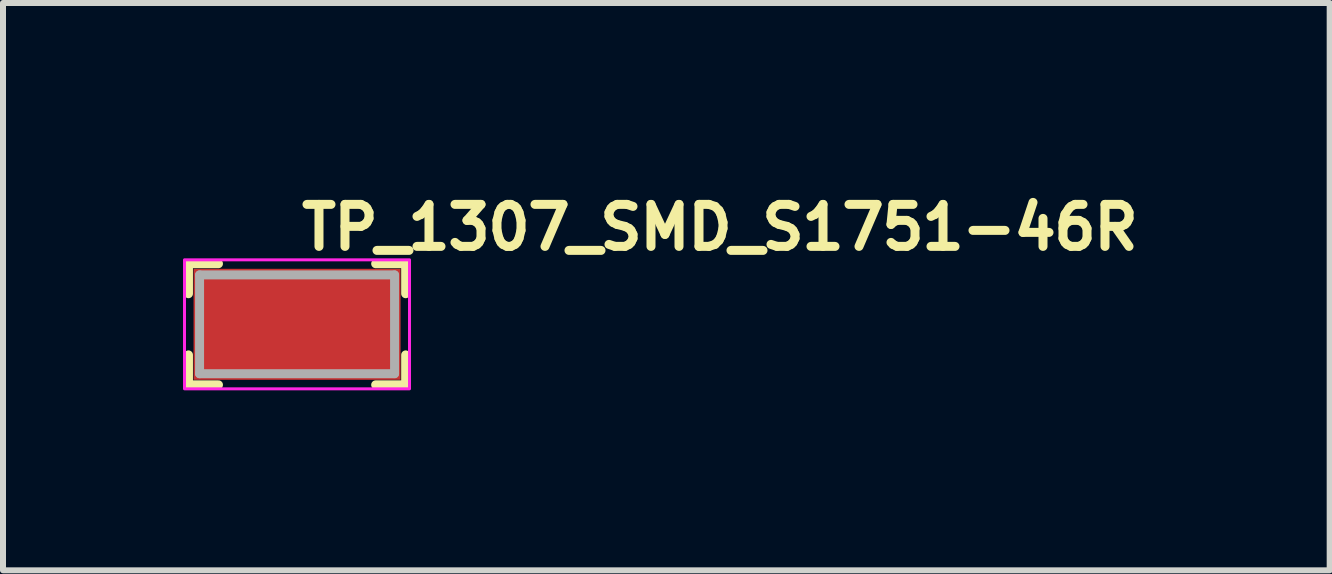
<source format=kicad_pcb>
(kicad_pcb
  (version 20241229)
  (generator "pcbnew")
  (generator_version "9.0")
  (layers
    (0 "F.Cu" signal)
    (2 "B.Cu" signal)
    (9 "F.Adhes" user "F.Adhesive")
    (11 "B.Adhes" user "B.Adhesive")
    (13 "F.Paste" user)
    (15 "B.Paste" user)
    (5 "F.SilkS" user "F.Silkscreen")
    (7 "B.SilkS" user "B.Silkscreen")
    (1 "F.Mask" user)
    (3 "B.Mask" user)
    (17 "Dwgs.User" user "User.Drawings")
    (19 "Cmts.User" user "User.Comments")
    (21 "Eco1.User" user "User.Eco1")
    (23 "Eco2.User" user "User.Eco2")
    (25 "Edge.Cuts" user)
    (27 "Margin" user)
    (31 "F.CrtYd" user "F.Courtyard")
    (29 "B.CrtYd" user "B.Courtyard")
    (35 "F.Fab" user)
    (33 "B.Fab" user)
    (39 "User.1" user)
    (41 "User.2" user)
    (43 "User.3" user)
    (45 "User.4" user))
  (footprint "TP_1307_SMD_S1751-46R"
    (layer "F.Cu")
    (at 1.905 2.35)
    (property "Reference" "TP_1307_SMD_S1751-46R" (at -0.004 -1.2 0) (layer "F.SilkS") (effects (font (size 0.7 0.7) (thickness 0.15)) (justify left bottom)))
    (attr smd)
    (fp_line (start -1.814 -1.005) (end -1.814 -0.505) (stroke (width 0.15) (type solid)) (layer "F.SilkS"))
    (fp_line (start -1.814 -1.005) (end -1.314 -1.005) (stroke (width 0.15) (type solid)) (layer "F.SilkS"))
    (fp_line (start -1.814 1.014) (end -1.814 0.515) (stroke (width 0.15) (type solid)) (layer "F.SilkS"))
    (fp_line (start -1.814 1.014) (end -1.314 1.014) (stroke (width 0.15) (type solid)) (layer "F.SilkS"))
    (fp_line (start 1.806 -1.005) (end 1.306 -1.005) (stroke (width 0.15) (type solid)) (layer "F.SilkS"))
    (fp_line (start 1.806 -1.005) (end 1.806 -0.505) (stroke (width 0.15) (type solid)) (layer "F.SilkS"))
    (fp_line (start 1.806 1.014) (end 1.306 1.014) (stroke (width 0.15) (type solid)) (layer "F.SilkS"))
    (fp_line (start 1.806 1.014) (end 1.806 0.515) (stroke (width 0.15) (type solid)) (layer "F.SilkS"))
    (fp_rect (start -1.88 -1.07) (end 1.87 1.08) (stroke (width 0.05) (type solid)) (fill no) (layer "F.CrtYd"))
    (fp_line (start -1.629 -0.818) (end 1.621 -0.818) (stroke (width 0.15) (type solid)) (layer "F.Fab"))
    (fp_line (start -1.629 0.828) (end -1.629 -0.818) (stroke (width 0.15) (type solid)) (layer "F.Fab"))
    (fp_line (start -1.629 0.828) (end 1.621 0.828) (stroke (width 0.15) (type solid)) (layer "F.Fab"))
    (fp_line (start 1.621 0.828) (end 1.621 -0.818) (stroke (width 0.15) (type solid)) (layer "F.Fab"))
    (fp_rect (start -1.624 -0.824) (end 1.625 0.824) (stroke (width 0.1) (type solid)) (fill no) (layer "User.5"))
    (fp_line (start -1.624 -0.824) (end -1.624 0.625) (stroke (width 0.02) (type solid)) (layer "User.9"))
    (fp_line (start -1.624 0.725) (end -1.624 0.625) (stroke (width 0.02) (type solid)) (layer "User.9"))
    (fp_line (start -1.624 0.824) (end -1.624 0.725) (stroke (width 0.02) (type solid)) (layer "User.9"))
    (fp_line (start -1.624 0.824) (end -1.244 0.824) (stroke (width 0.02) (type solid)) (layer "User.9"))
    (fp_line (start -1.619 -0.824) (end -1.624 -0.824) (stroke (width 0.02) (type solid)) (layer "User.9"))
    (fp_line (start -1.619 -0.824) (end -1.619 -0.824) (stroke (width 0.02) (type solid)) (layer "User.9"))
    (fp_line (start -1.619 0.625) (end -1.624 0.625) (stroke (width 0.02) (type solid)) (layer "User.9"))
    (fp_line (start -1.619 0.625) (end -1.619 0.625) (stroke (width 0.02) (type solid)) (layer "User.9"))
    (fp_line (start -1.604 -0.824) (end -1.619 -0.824) (stroke (width 0.02) (type solid)) (layer "User.9"))
    (fp_line (start -1.604 -0.824) (end -1.604 -0.824) (stroke (width 0.02) (type solid)) (layer "User.9"))
    (fp_line (start -1.604 0.625) (end -1.619 0.625) (stroke (width 0.02) (type solid)) (layer "User.9"))
    (fp_line (start -1.604 0.625) (end -1.604 0.625) (stroke (width 0.02) (type solid)) (layer "User.9"))
    (fp_line (start -1.581 -0.824) (end -1.604 -0.824) (stroke (width 0.02) (type solid)) (layer "User.9"))
    (fp_line (start -1.581 -0.824) (end -1.581 -0.824) (stroke (width 0.02) (type solid)) (layer "User.9"))
    (fp_line (start -1.581 0.625) (end -1.604 0.625) (stroke (width 0.02) (type solid)) (layer "User.9"))
    (fp_line (start -1.581 0.625) (end -1.581 0.625) (stroke (width 0.02) (type solid)) (layer "User.9"))
    (fp_line (start -1.548 -0.824) (end -1.581 -0.824) (stroke (width 0.02) (type solid)) (layer "User.9"))
    (fp_line (start -1.548 -0.824) (end -1.548 -0.824) (stroke (width 0.02) (type solid)) (layer "User.9"))
    (fp_line (start -1.548 0.625) (end -1.581 0.625) (stroke (width 0.02) (type solid)) (layer "User.9"))
    (fp_line (start -1.548 0.625) (end -1.548 0.625) (stroke (width 0.02) (type solid)) (layer "User.9"))
    (fp_line (start -1.507 -0.824) (end -1.548 -0.824) (stroke (width 0.02) (type solid)) (layer "User.9"))
    (fp_line (start -1.507 -0.824) (end -1.507 -0.824) (stroke (width 0.02) (type solid)) (layer "User.9"))
    (fp_line (start -1.507 0.625) (end -1.548 0.625) (stroke (width 0.02) (type solid)) (layer "User.9"))
    (fp_line (start -1.507 0.625) (end -1.507 0.625) (stroke (width 0.02) (type solid)) (layer "User.9"))
    (fp_line (start -1.458 -0.824) (end -1.507 -0.824) (stroke (width 0.02) (type solid)) (layer "User.9"))
    (fp_line (start -1.458 -0.824) (end -1.458 -0.824) (stroke (width 0.02) (type solid)) (layer "User.9"))
    (fp_line (start -1.458 0.625) (end -1.507 0.625) (stroke (width 0.02) (type solid)) (layer "User.9"))
    (fp_line (start -1.458 0.625) (end -1.458 0.625) (stroke (width 0.02) (type solid)) (layer "User.9"))
    (fp_line (start -1.401 -0.824) (end -1.458 -0.824) (stroke (width 0.02) (type solid)) (layer "User.9"))
    (fp_line (start -1.401 -0.824) (end -1.401 -0.824) (stroke (width 0.02) (type solid)) (layer "User.9"))
    (fp_line (start -1.401 0.625) (end -1.458 0.625) (stroke (width 0.02) (type solid)) (layer "User.9"))
    (fp_line (start -1.401 0.625) (end -1.401 0.625) (stroke (width 0.02) (type solid)) (layer "User.9"))
    (fp_line (start -1.244 0.625) (end -1.244 0.725) (stroke (width 0.02) (type solid)) (layer "User.9"))
    (fp_line (start -1.244 0.725) (end -1.244 0.824) (stroke (width 0.02) (type solid)) (layer "User.9"))
    (fp_line (start -1.244 0.824) (end -1.624 0.824) (stroke (width 0.02) (type solid)) (layer "User.9"))
    (fp_line (start -1.244 0.824) (end -1.132 0.824) (stroke (width 0.02) (type solid)) (layer "User.9"))
    (fp_line (start -1.132 0.824) (end -1.132 0.824) (stroke (width 0.02) (type solid)) (layer "User.9"))
    (fp_line (start -1.132 0.824) (end -0.864 0.824) (stroke (width 0.02) (type solid)) (layer "User.9"))
    (fp_line (start -0.864 -0.824) (end -1.401 -0.824) (stroke (width 0.02) (type solid)) (layer "User.9"))
    (fp_line (start -0.864 0.625) (end -1.401 0.625) (stroke (width 0.02) (type solid)) (layer "User.9"))
    (fp_line (start -0.864 0.625) (end -0.604 0.625) (stroke (width 0.02) (type solid)) (layer "User.9"))
    (fp_line (start -0.864 0.824) (end -0.504 0.824) (stroke (width 0.02) (type solid)) (layer "User.9"))
    (fp_line (start -0.599 0.625) (end -0.604 0.625) (stroke (width 0.02) (type solid)) (layer "User.9"))
    (fp_line (start -0.594 0.625) (end -0.599 0.625) (stroke (width 0.02) (type solid)) (layer "User.9"))
    (fp_line (start -0.589 0.626) (end -0.594 0.625) (stroke (width 0.02) (type solid)) (layer "User.9"))
    (fp_line (start -0.584 0.626) (end -0.589 0.626) (stroke (width 0.02) (type solid)) (layer "User.9"))
    (fp_line (start -0.579 0.628) (end -0.584 0.626) (stroke (width 0.02) (type solid)) (layer "User.9"))
    (fp_line (start -0.574 0.629) (end -0.579 0.628) (stroke (width 0.02) (type solid)) (layer "User.9"))
    (fp_line (start -0.57 0.63) (end -0.574 0.629) (stroke (width 0.02) (type solid)) (layer "User.9"))
    (fp_line (start -0.565 0.632) (end -0.57 0.63) (stroke (width 0.02) (type solid)) (layer "User.9"))
    (fp_line (start -0.561 0.634) (end -0.565 0.632) (stroke (width 0.02) (type solid)) (layer "User.9"))
    (fp_line (start -0.556 0.636) (end -0.561 0.634) (stroke (width 0.02) (type solid)) (layer "User.9"))
    (fp_line (start -0.552 0.639) (end -0.556 0.636) (stroke (width 0.02) (type solid)) (layer "User.9"))
    (fp_line (start -0.548 0.641) (end -0.552 0.639) (stroke (width 0.02) (type solid)) (layer "User.9"))
    (fp_line (start -0.544 0.644) (end -0.548 0.641) (stroke (width 0.02) (type solid)) (layer "User.9"))
    (fp_line (start -0.54 0.647) (end -0.544 0.644) (stroke (width 0.02) (type solid)) (layer "User.9"))
    (fp_line (start -0.536 0.65) (end -0.54 0.647) (stroke (width 0.02) (type solid)) (layer "User.9"))
    (fp_line (start -0.533 0.654) (end -0.536 0.65) (stroke (width 0.02) (type solid)) (layer "User.9"))
    (fp_line (start -0.533 0.654) (end -0.533 0.654) (stroke (width 0.02) (type solid)) (layer "User.9"))
    (fp_line (start -0.529 0.657) (end -0.533 0.654) (stroke (width 0.02) (type solid)) (layer "User.9"))
    (fp_line (start -0.526 0.661) (end -0.529 0.657) (stroke (width 0.02) (type solid)) (layer "User.9"))
    (fp_line (start -0.523 0.665) (end -0.526 0.661) (stroke (width 0.02) (type solid)) (layer "User.9"))
    (fp_line (start -0.52 0.669) (end -0.523 0.665) (stroke (width 0.02) (type solid)) (layer "User.9"))
    (fp_line (start -0.518 0.673) (end -0.52 0.669) (stroke (width 0.02) (type solid)) (layer "User.9"))
    (fp_line (start -0.515 0.677) (end -0.518 0.673) (stroke (width 0.02) (type solid)) (layer "User.9"))
    (fp_line (start -0.513 0.682) (end -0.515 0.677) (stroke (width 0.02) (type solid)) (layer "User.9"))
    (fp_line (start -0.511 0.686) (end -0.513 0.682) (stroke (width 0.02) (type solid)) (layer "User.9"))
    (fp_line (start -0.509 0.691) (end -0.511 0.686) (stroke (width 0.02) (type solid)) (layer "User.9"))
    (fp_line (start -0.508 0.695) (end -0.509 0.691) (stroke (width 0.02) (type solid)) (layer "User.9"))
    (fp_line (start -0.507 0.7) (end -0.508 0.695) (stroke (width 0.02) (type solid)) (layer "User.9"))
    (fp_line (start -0.505 0.705) (end -0.507 0.7) (stroke (width 0.02) (type solid)) (layer "User.9"))
    (fp_line (start -0.505 0.71) (end -0.505 0.705) (stroke (width 0.02) (type solid)) (layer "User.9"))
    (fp_line (start -0.504 0.715) (end -0.505 0.71) (stroke (width 0.02) (type solid)) (layer "User.9"))
    (fp_line (start -0.504 0.72) (end -0.504 0.715) (stroke (width 0.02) (type solid)) (layer "User.9"))
    (fp_line (start -0.504 0.725) (end -0.504 0.72) (stroke (width 0.02) (type solid)) (layer "User.9"))
    (fp_line (start -0.504 0.824) (end -0.504 0.725) (stroke (width 0.02) (type solid)) (layer "User.9"))
    (fp_line (start 0.496 0.715) (end 0.496 0.72) (stroke (width 0.02) (type solid)) (layer "User.9"))
    (fp_line (start 0.496 0.72) (end 0.496 0.725) (stroke (width 0.02) (type solid)) (layer "User.9"))
    (fp_line (start 0.496 0.824) (end -0.504 0.824) (stroke (width 0.02) (type solid)) (layer "User.9"))
    (fp_line (start 0.496 0.824) (end 0.496 0.725) (stroke (width 0.02) (type solid)) (layer "User.9"))
    (fp_line (start 0.497 0.705) (end 0.497 0.71) (stroke (width 0.02) (type solid)) (layer "User.9"))
    (fp_line (start 0.497 0.71) (end 0.496 0.715) (stroke (width 0.02) (type solid)) (layer "User.9"))
    (fp_line (start 0.499 0.7) (end 0.497 0.705) (stroke (width 0.02) (type solid)) (layer "User.9"))
    (fp_line (start 0.5 0.695) (end 0.499 0.7) (stroke (width 0.02) (type solid)) (layer "User.9"))
    (fp_line (start 0.501 0.691) (end 0.5 0.695) (stroke (width 0.02) (type solid)) (layer "User.9"))
    (fp_line (start 0.503 0.686) (end 0.501 0.691) (stroke (width 0.02) (type solid)) (layer "User.9"))
    (fp_line (start 0.505 0.682) (end 0.503 0.686) (stroke (width 0.02) (type solid)) (layer "User.9"))
    (fp_line (start 0.507 0.677) (end 0.505 0.682) (stroke (width 0.02) (type solid)) (layer "User.9"))
    (fp_line (start 0.51 0.673) (end 0.507 0.677) (stroke (width 0.02) (type solid)) (layer "User.9"))
    (fp_line (start 0.512 0.669) (end 0.51 0.673) (stroke (width 0.02) (type solid)) (layer "User.9"))
    (fp_line (start 0.515 0.665) (end 0.512 0.669) (stroke (width 0.02) (type solid)) (layer "User.9"))
    (fp_line (start 0.518 0.661) (end 0.515 0.665) (stroke (width 0.02) (type solid)) (layer "User.9"))
    (fp_line (start 0.521 0.657) (end 0.518 0.661) (stroke (width 0.02) (type solid)) (layer "User.9"))
    (fp_line (start 0.525 0.654) (end 0.521 0.657) (stroke (width 0.02) (type solid)) (layer "User.9"))
    (fp_line (start 0.525 0.654) (end 0.525 0.654) (stroke (width 0.02) (type solid)) (layer "User.9"))
    (fp_line (start 0.528 0.65) (end 0.525 0.654) (stroke (width 0.02) (type solid)) (layer "User.9"))
    (fp_line (start 0.532 0.647) (end 0.528 0.65) (stroke (width 0.02) (type solid)) (layer "User.9"))
    (fp_line (start 0.536 0.644) (end 0.532 0.647) (stroke (width 0.02) (type solid)) (layer "User.9"))
    (fp_line (start 0.54 0.641) (end 0.536 0.644) (stroke (width 0.02) (type solid)) (layer "User.9"))
    (fp_line (start 0.544 0.639) (end 0.54 0.641) (stroke (width 0.02) (type solid)) (layer "User.9"))
    (fp_line (start 0.548 0.636) (end 0.544 0.639) (stroke (width 0.02) (type solid)) (layer "User.9"))
    (fp_line (start 0.553 0.634) (end 0.548 0.636) (stroke (width 0.02) (type solid)) (layer "User.9"))
    (fp_line (start 0.557 0.632) (end 0.553 0.634) (stroke (width 0.02) (type solid)) (layer "User.9"))
    (fp_line (start 0.562 0.63) (end 0.557 0.632) (stroke (width 0.02) (type solid)) (layer "User.9"))
    (fp_line (start 0.566 0.629) (end 0.562 0.63) (stroke (width 0.02) (type solid)) (layer "User.9"))
    (fp_line (start 0.571 0.628) (end 0.566 0.629) (stroke (width 0.02) (type solid)) (layer "User.9"))
    (fp_line (start 0.576 0.626) (end 0.571 0.628) (stroke (width 0.02) (type solid)) (layer "User.9"))
    (fp_line (start 0.581 0.626) (end 0.576 0.626) (stroke (width 0.02) (type solid)) (layer "User.9"))
    (fp_line (start 0.586 0.625) (end 0.581 0.626) (stroke (width 0.02) (type solid)) (layer "User.9"))
    (fp_line (start 0.591 0.625) (end 0.586 0.625) (stroke (width 0.02) (type solid)) (layer "User.9"))
    (fp_line (start 0.596 0.625) (end 0.591 0.625) (stroke (width 0.02) (type solid)) (layer "User.9"))
    (fp_line (start 0.866 -0.824) (end -0.864 -0.824) (stroke (width 0.02) (type solid)) (layer "User.9"))
    (fp_line (start 0.866 0.625) (end 0.596 0.625) (stroke (width 0.02) (type solid)) (layer "User.9"))
    (fp_line (start 0.866 0.824) (end 0.496 0.824) (stroke (width 0.02) (type solid)) (layer "User.9"))
    (fp_line (start 0.866 0.824) (end 1.134 0.824) (stroke (width 0.02) (type solid)) (layer "User.9"))
    (fp_line (start 1.134 0.824) (end 1.134 0.824) (stroke (width 0.02) (type solid)) (layer "User.9"))
    (fp_line (start 1.134 0.824) (end 1.246 0.824) (stroke (width 0.02) (type solid)) (layer "User.9"))
    (fp_line (start 1.246 0.725) (end 1.246 0.625) (stroke (width 0.02) (type solid)) (layer "User.9"))
    (fp_line (start 1.246 0.824) (end 1.246 0.725) (stroke (width 0.02) (type solid)) (layer "User.9"))
    (fp_line (start 1.403 -0.824) (end 0.866 -0.824) (stroke (width 0.02) (type solid)) (layer "User.9"))
    (fp_line (start 1.403 -0.824) (end 1.403 -0.824) (stroke (width 0.02) (type solid)) (layer "User.9"))
    (fp_line (start 1.403 0.625) (end 0.866 0.625) (stroke (width 0.02) (type solid)) (layer "User.9"))
    (fp_line (start 1.403 0.625) (end 1.403 0.625) (stroke (width 0.02) (type solid)) (layer "User.9"))
    (fp_line (start 1.509 -0.824) (end 1.403 -0.824) (stroke (width 0.02) (type solid)) (layer "User.9"))
    (fp_line (start 1.509 -0.824) (end 1.509 -0.824) (stroke (width 0.02) (type solid)) (layer "User.9"))
    (fp_line (start 1.509 0.625) (end 1.403 0.625) (stroke (width 0.02) (type solid)) (layer "User.9"))
    (fp_line (start 1.509 0.625) (end 1.509 0.625) (stroke (width 0.02) (type solid)) (layer "User.9"))
    (fp_line (start 1.55 -0.824) (end 1.509 -0.824) (stroke (width 0.02) (type solid)) (layer "User.9"))
    (fp_line (start 1.55 -0.824) (end 1.55 -0.824) (stroke (width 0.02) (type solid)) (layer "User.9"))
    (fp_line (start 1.55 0.625) (end 1.509 0.625) (stroke (width 0.02) (type solid)) (layer "User.9"))
    (fp_line (start 1.55 0.625) (end 1.55 0.625) (stroke (width 0.02) (type solid)) (layer "User.9"))
    (fp_line (start 1.583 -0.824) (end 1.55 -0.824) (stroke (width 0.02) (type solid)) (layer "User.9"))
    (fp_line (start 1.583 -0.824) (end 1.583 -0.824) (stroke (width 0.02) (type solid)) (layer "User.9"))
    (fp_line (start 1.583 0.625) (end 1.55 0.625) (stroke (width 0.02) (type solid)) (layer "User.9"))
    (fp_line (start 1.583 0.625) (end 1.583 0.625) (stroke (width 0.02) (type solid)) (layer "User.9"))
    (fp_line (start 1.606 -0.824) (end 1.583 -0.824) (stroke (width 0.02) (type solid)) (layer "User.9"))
    (fp_line (start 1.606 -0.824) (end 1.606 -0.824) (stroke (width 0.02) (type solid)) (layer "User.9"))
    (fp_line (start 1.606 0.625) (end 1.583 0.625) (stroke (width 0.02) (type solid)) (layer "User.9"))
    (fp_line (start 1.606 0.625) (end 1.606 0.625) (stroke (width 0.02) (type solid)) (layer "User.9"))
    (fp_line (start 1.621 -0.824) (end 1.606 -0.824) (stroke (width 0.02) (type solid)) (layer "User.9"))
    (fp_line (start 1.621 -0.824) (end 1.621 -0.824) (stroke (width 0.02) (type solid)) (layer "User.9"))
    (fp_line (start 1.621 0.625) (end 1.606 0.625) (stroke (width 0.02) (type solid)) (layer "User.9"))
    (fp_line (start 1.621 0.625) (end 1.621 0.625) (stroke (width 0.02) (type solid)) (layer "User.9"))
    (fp_line (start 1.625 -0.824) (end 1.621 -0.824) (stroke (width 0.02) (type solid)) (layer "User.9"))
    (fp_line (start 1.625 -0.824) (end 1.625 0.625) (stroke (width 0.02) (type solid)) (layer "User.9"))
    (fp_line (start 1.625 0.625) (end 1.621 0.625) (stroke (width 0.02) (type solid)) (layer "User.9"))
    (fp_line (start 1.625 0.625) (end 1.625 0.725) (stroke (width 0.02) (type solid)) (layer "User.9"))
    (fp_line (start 1.625 0.725) (end 1.625 0.824) (stroke (width 0.02) (type solid)) (layer "User.9"))
    (fp_line (start 1.625 0.824) (end 1.246 0.824) (stroke (width 0.02) (type solid)) (layer "User.9"))
    (fp_line (start 1.625 0.824) (end 1.246 0.824) (stroke (width 0.02) (type solid)) (layer "User.9"))
    (pad "1" smd rect (at -0.004 0.005) (size 3.45 1.85) (layers "F.Cu" "F.Mask" "F.Paste")))
  (gr_rect
    (start -3 -3)
    (end 19.111 6.455)
    (stroke (width 0.1) (type default))
    (fill no)
    (layer "Edge.Cuts")))
</source>
